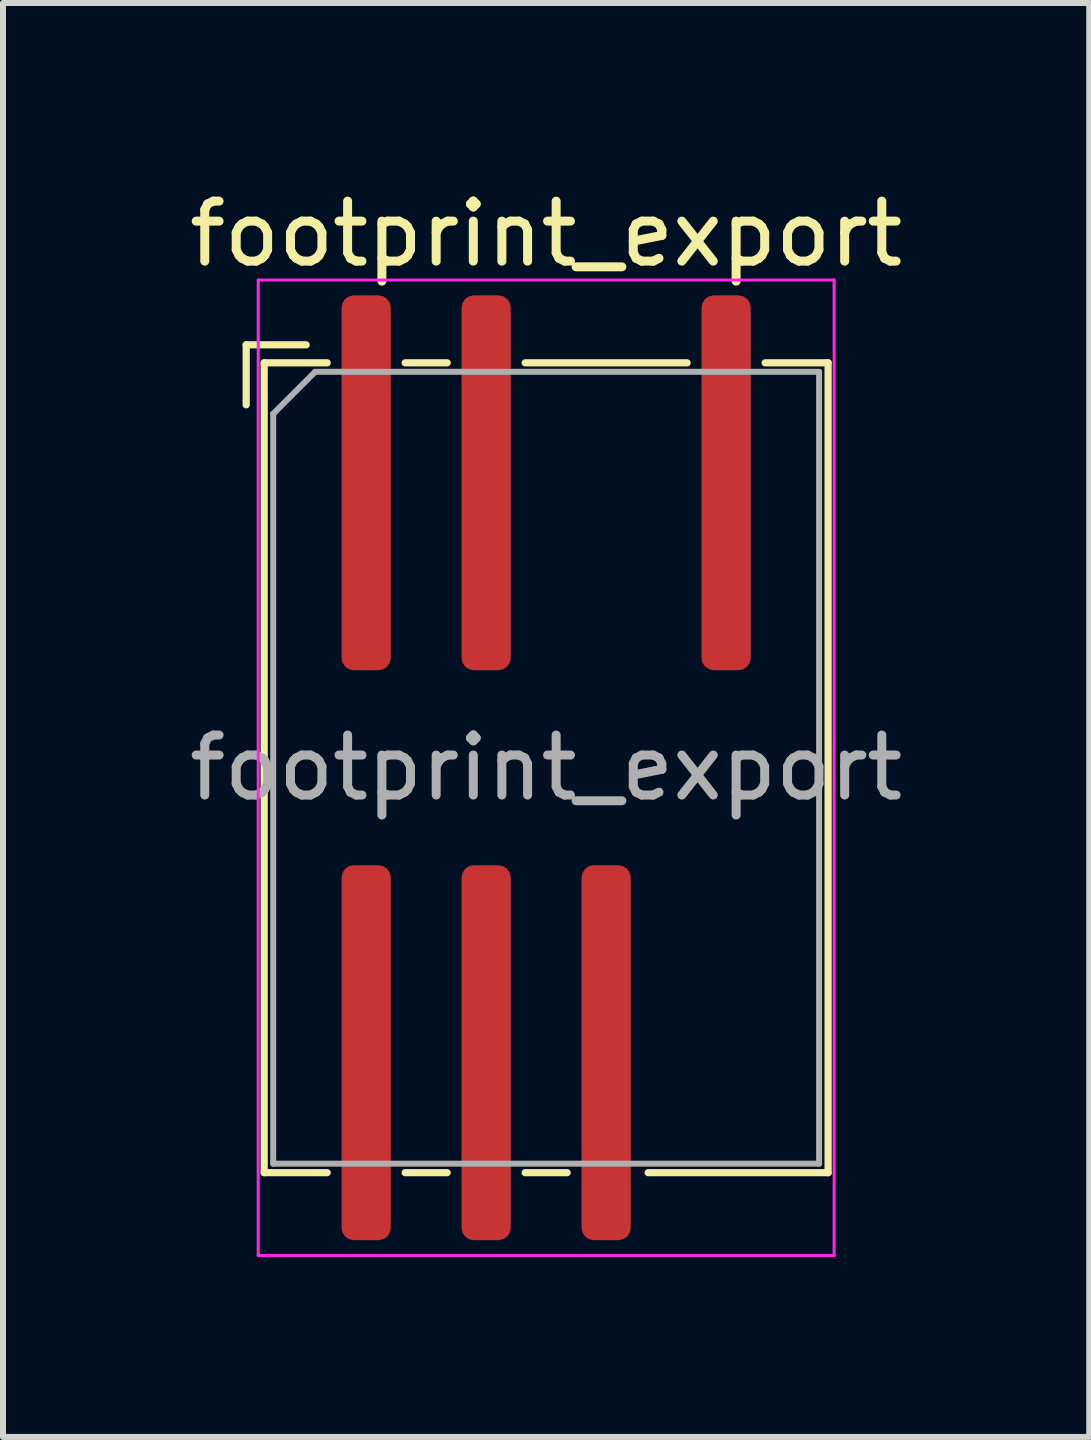
<source format=kicad_pcb>
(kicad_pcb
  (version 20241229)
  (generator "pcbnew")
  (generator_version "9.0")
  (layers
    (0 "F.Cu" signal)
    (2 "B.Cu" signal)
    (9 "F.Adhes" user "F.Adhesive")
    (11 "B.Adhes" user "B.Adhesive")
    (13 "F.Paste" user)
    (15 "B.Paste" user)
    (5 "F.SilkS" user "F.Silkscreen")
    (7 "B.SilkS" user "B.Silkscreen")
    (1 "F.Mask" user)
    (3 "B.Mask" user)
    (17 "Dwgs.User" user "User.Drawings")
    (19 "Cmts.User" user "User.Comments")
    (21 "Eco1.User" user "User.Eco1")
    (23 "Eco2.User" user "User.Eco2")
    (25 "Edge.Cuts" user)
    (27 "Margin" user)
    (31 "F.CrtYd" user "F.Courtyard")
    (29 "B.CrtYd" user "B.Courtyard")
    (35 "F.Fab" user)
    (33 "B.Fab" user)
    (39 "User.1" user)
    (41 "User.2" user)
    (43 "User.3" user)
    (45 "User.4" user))
  (footprint "footprint_export"
    (layer "F.Cu")
    (at 6.054 9.748)
    (property "Reference" "footprint_export" (at 0 -8.9 0) (layer "F.SilkS") (effects (font (size 1 1) (thickness 0.15))))
    (attr smd)
    (fp_line (start -5 -7.05) (end -4 -7.05) (stroke (width 0.12) (type solid)) (layer "F.SilkS"))
    (fp_line (start -5 -6.05) (end -5 -7.05) (stroke (width 0.12) (type solid)) (layer "F.SilkS"))
    (fp_line (start -4.7 -6.75) (end -3.65 -6.75) (stroke (width 0.12) (type solid)) (layer "F.SilkS"))
    (fp_line (start -4.7 6.75) (end -4.7 -6.75) (stroke (width 0.12) (type solid)) (layer "F.SilkS"))
    (fp_line (start -3.65 6.75) (end -4.7 6.75) (stroke (width 0.12) (type solid)) (layer "F.SilkS"))
    (fp_line (start -2.35 -6.75) (end -1.65 -6.75) (stroke (width 0.12) (type solid)) (layer "F.SilkS"))
    (fp_line (start -2.35 6.75) (end -1.65 6.75) (stroke (width 0.12) (type solid)) (layer "F.SilkS"))
    (fp_line (start -0.35 -6.75) (end 2.35 -6.75) (stroke (width 0.12) (type solid)) (layer "F.SilkS"))
    (fp_line (start -0.35 6.75) (end 0.35 6.75) (stroke (width 0.12) (type solid)) (layer "F.SilkS"))
    (fp_line (start 1.7 6.75) (end 4.7 6.75) (stroke (width 0.12) (type solid)) (layer "F.SilkS"))
    (fp_line (start 3.65 -6.75) (end 4.7 -6.75) (stroke (width 0.12) (type solid)) (layer "F.SilkS"))
    (fp_line (start 4.7 -6.75) (end 4.7 6.75) (stroke (width 0.12) (type solid)) (layer "F.SilkS"))
    (fp_line (start -4.8 -8.13) (end 4.8 -8.13) (stroke (width 0.05) (type solid)) (layer "F.CrtYd"))
    (fp_line (start -4.8 8.13) (end -4.8 -8.13) (stroke (width 0.05) (type solid)) (layer "F.CrtYd"))
    (fp_line (start 4.8 -8.13) (end 4.8 8.13) (stroke (width 0.05) (type solid)) (layer "F.CrtYd"))
    (fp_line (start 4.8 8.13) (end -4.8 8.13) (stroke (width 0.05) (type solid)) (layer "F.CrtYd"))
    (fp_line (start -4.55 6.6) (end -4.55 -5.9) (stroke (width 0.1) (type solid)) (layer "F.Fab"))
    (fp_line (start -3.85 -6.6) (end -4.55 -5.9) (stroke (width 0.1) (type solid)) (layer "F.Fab"))
    (fp_line (start -3.85 -6.6) (end 4.55 -6.6) (stroke (width 0.1) (type solid)) (layer "F.Fab"))
    (fp_line (start 4.55 -6.6) (end 4.55 6.6) (stroke (width 0.1) (type solid)) (layer "F.Fab"))
    (fp_line (start 4.55 6.6) (end -4.55 6.6) (stroke (width 0.1) (type solid)) (layer "F.Fab"))
    (fp_text user "${REFERENCE}" (at 0 0 0) (layer "F.Fab") (effects (font (size 1 1) (thickness 0.15))))
    (pad "1" smd roundrect (at -3 -4.75) (size 0.82 6.25) (layers "F.Cu" "F.Mask" "F.Paste") (roundrect_rratio 0.25))
    (pad "2" smd roundrect (at -1 -4.75) (size 0.82 6.25) (layers "F.Cu" "F.Mask" "F.Paste") (roundrect_rratio 0.25))
    (pad "4" smd roundrect (at 3 -4.75) (size 0.82 6.25) (layers "F.Cu" "F.Mask" "F.Paste") (roundrect_rratio 0.25))
    (pad "5" smd roundrect (at -3 4.75) (size 0.82 6.25) (layers "F.Cu" "F.Mask" "F.Paste") (roundrect_rratio 0.25))
    (pad "6" smd roundrect (at -1 4.75) (size 0.82 6.25) (layers "F.Cu" "F.Mask" "F.Paste") (roundrect_rratio 0.25))
    (pad "7" smd roundrect (at 1 4.75) (size 0.82 6.25) (layers "F.Cu" "F.Mask" "F.Paste") (roundrect_rratio 0.25)))
  (gr_rect
    (start -3 -3)
    (end 15.107 20.903)
    (stroke (width 0.1) (type default))
    (fill no)
    (layer "Edge.Cuts")))
</source>
